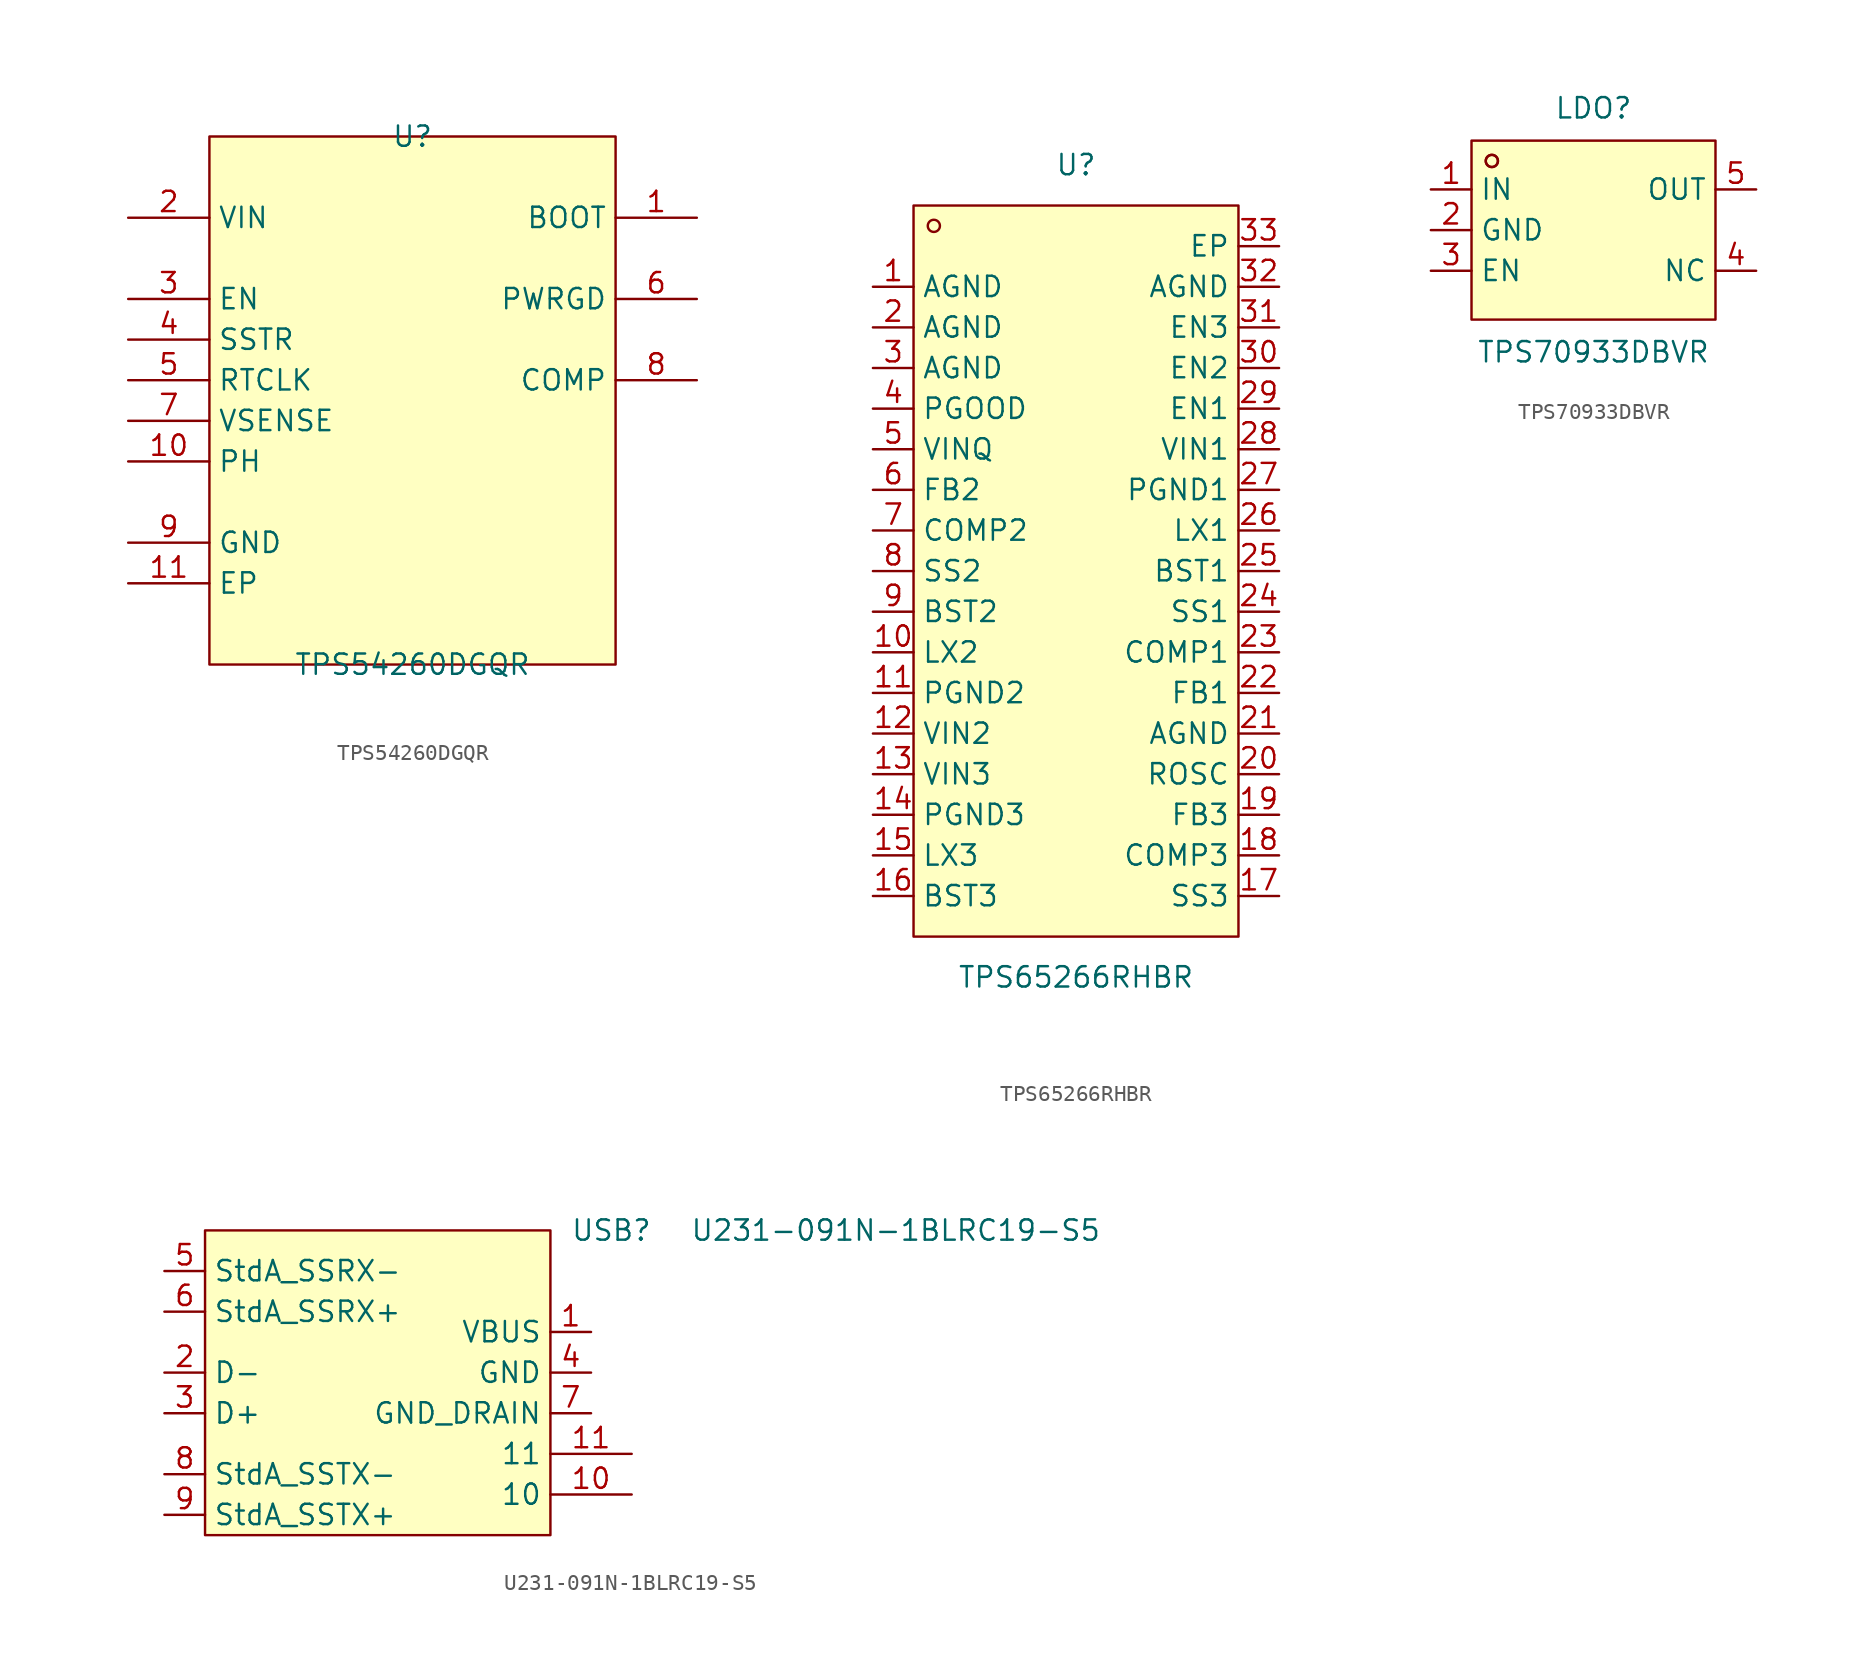
<source format=kicad_sym>
(kicad_symbol_lib
  (version 20220914)
  (generator kicad_symbol_editor)
  (symbol "TPS54260DGQR"
    (property "Reference" "U"
      (at 0 16.51 0)
      (effects (font (size 1.27 1.27))))
    (property "Value" "TPS54260DGQR"
      (at 0 -16.51 0)
      (effects (font (size 1.27 1.27))))
    (symbol "TPS54260DGQR_0_1"
      (rectangle (start -12.7 16.51) (end 12.7 -16.51) (stroke (width 0) (type default)) (fill (type background)))
      (pin output line (at 17.78 11.43 180) (length 5.08) (name "BOOT" (effects (font (size 1.27 1.27)))) (number "1" (effects (font (size 1.27 1.27)))))
      (pin input line (at -17.78 -3.81 0) (length 5.08) (name "PH" (effects (font (size 1.27 1.27)))) (number "10" (effects (font (size 1.27 1.27)))))
      (pin unspecified line (at -17.78 -11.43 0) (length 5.08) (name "EP" (effects (font (size 1.27 1.27)))) (number "11" (effects (font (size 1.27 1.27)))))
      (pin power_in line (at -17.78 11.43 0) (length 5.08) (name "VIN" (effects (font (size 1.27 1.27)))) (number "2" (effects (font (size 1.27 1.27)))))
      (pin input line (at -17.78 6.35 0) (length 5.08) (name "EN" (effects (font (size 1.27 1.27)))) (number "3" (effects (font (size 1.27 1.27)))))
      (pin input line (at -17.78 3.81 0) (length 5.08) (name "SSTR" (effects (font (size 1.27 1.27)))) (number "4" (effects (font (size 1.27 1.27)))))
      (pin input line (at -17.78 1.27 0) (length 5.08) (name "RTCLK" (effects (font (size 1.27 1.27)))) (number "5" (effects (font (size 1.27 1.27)))))
      (pin output line (at 17.78 6.35 180) (length 5.08) (name "PWRGD" (effects (font (size 1.27 1.27)))) (number "6" (effects (font (size 1.27 1.27)))))
      (pin input line (at -17.78 -1.27 0) (length 5.08) (name "VSENSE" (effects (font (size 1.27 1.27)))) (number "7" (effects (font (size 1.27 1.27)))))
      (pin output line (at 17.78 1.27 180) (length 5.08) (name "COMP" (effects (font (size 1.27 1.27)))) (number "8" (effects (font (size 1.27 1.27)))))
      (pin unspecified line (at -17.78 -8.89 0) (length 5.08) (name "GND" (effects (font (size 1.27 1.27)))) (number "9" (effects (font (size 1.27 1.27)))))))
  (symbol "TPS65266RHBR"
    (property "Reference" "U"
      (at 0 25.4 0)
      (effects (font (size 1.27 1.27))))
    (property "Value" "TPS65266RHBR"
      (at 0 -25.4 0)
      (effects (font (size 1.27 1.27))))
    (symbol "TPS65266RHBR_0_1"
      (rectangle (start -10.16 22.86) (end 10.16 -22.86) (stroke (width 0) (type default)) (fill (type background)))
      (circle (center -8.89 21.59) (radius 0.38) (stroke (width 0) (type default)) (fill (type none)))
      (pin unspecified line (at -12.7 17.78 0) (length 2.54) (name "AGND" (effects (font (size 1.27 1.27)))) (number "1" (effects (font (size 1.27 1.27)))))
      (pin unspecified line (at -12.7 -5.08 0) (length 2.54) (name "LX2" (effects (font (size 1.27 1.27)))) (number "10" (effects (font (size 1.27 1.27)))))
      (pin unspecified line (at -12.7 -7.62 0) (length 2.54) (name "PGND2" (effects (font (size 1.27 1.27)))) (number "11" (effects (font (size 1.27 1.27)))))
      (pin unspecified line (at -12.7 -10.16 0) (length 2.54) (name "VIN2" (effects (font (size 1.27 1.27)))) (number "12" (effects (font (size 1.27 1.27)))))
      (pin unspecified line (at -12.7 -12.7 0) (length 2.54) (name "VIN3" (effects (font (size 1.27 1.27)))) (number "13" (effects (font (size 1.27 1.27)))))
      (pin unspecified line (at -12.7 -15.24 0) (length 2.54) (name "PGND3" (effects (font (size 1.27 1.27)))) (number "14" (effects (font (size 1.27 1.27)))))
      (pin unspecified line (at -12.7 -17.78 0) (length 2.54) (name "LX3" (effects (font (size 1.27 1.27)))) (number "15" (effects (font (size 1.27 1.27)))))
      (pin unspecified line (at -12.7 -20.32 0) (length 2.54) (name "BST3" (effects (font (size 1.27 1.27)))) (number "16" (effects (font (size 1.27 1.27)))))
      (pin unspecified line (at 12.7 -20.32 180) (length 2.54) (name "SS3" (effects (font (size 1.27 1.27)))) (number "17" (effects (font (size 1.27 1.27)))))
      (pin unspecified line (at 12.7 -17.78 180) (length 2.54) (name "COMP3" (effects (font (size 1.27 1.27)))) (number "18" (effects (font (size 1.27 1.27)))))
      (pin unspecified line (at 12.7 -15.24 180) (length 2.54) (name "FB3" (effects (font (size 1.27 1.27)))) (number "19" (effects (font (size 1.27 1.27)))))
      (pin unspecified line (at -12.7 15.24 0) (length 2.54) (name "AGND" (effects (font (size 1.27 1.27)))) (number "2" (effects (font (size 1.27 1.27)))))
      (pin unspecified line (at 12.7 -12.7 180) (length 2.54) (name "ROSC" (effects (font (size 1.27 1.27)))) (number "20" (effects (font (size 1.27 1.27)))))
      (pin unspecified line (at 12.7 -10.16 180) (length 2.54) (name "AGND" (effects (font (size 1.27 1.27)))) (number "21" (effects (font (size 1.27 1.27)))))
      (pin unspecified line (at 12.7 -7.62 180) (length 2.54) (name "FB1" (effects (font (size 1.27 1.27)))) (number "22" (effects (font (size 1.27 1.27)))))
      (pin unspecified line (at 12.7 -5.08 180) (length 2.54) (name "COMP1" (effects (font (size 1.27 1.27)))) (number "23" (effects (font (size 1.27 1.27)))))
      (pin unspecified line (at 12.7 -2.54 180) (length 2.54) (name "SS1" (effects (font (size 1.27 1.27)))) (number "24" (effects (font (size 1.27 1.27)))))
      (pin unspecified line (at 12.7 0 180) (length 2.54) (name "BST1" (effects (font (size 1.27 1.27)))) (number "25" (effects (font (size 1.27 1.27)))))
      (pin unspecified line (at 12.7 2.54 180) (length 2.54) (name "LX1" (effects (font (size 1.27 1.27)))) (number "26" (effects (font (size 1.27 1.27)))))
      (pin unspecified line (at 12.7 5.08 180) (length 2.54) (name "PGND1" (effects (font (size 1.27 1.27)))) (number "27" (effects (font (size 1.27 1.27)))))
      (pin unspecified line (at 12.7 7.62 180) (length 2.54) (name "VIN1" (effects (font (size 1.27 1.27)))) (number "28" (effects (font (size 1.27 1.27)))))
      (pin unspecified line (at 12.7 10.16 180) (length 2.54) (name "EN1" (effects (font (size 1.27 1.27)))) (number "29" (effects (font (size 1.27 1.27)))))
      (pin unspecified line (at -12.7 12.7 0) (length 2.54) (name "AGND" (effects (font (size 1.27 1.27)))) (number "3" (effects (font (size 1.27 1.27)))))
      (pin unspecified line (at 12.7 12.7 180) (length 2.54) (name "EN2" (effects (font (size 1.27 1.27)))) (number "30" (effects (font (size 1.27 1.27)))))
      (pin unspecified line (at 12.7 15.24 180) (length 2.54) (name "EN3" (effects (font (size 1.27 1.27)))) (number "31" (effects (font (size 1.27 1.27)))))
      (pin unspecified line (at 12.7 17.78 180) (length 2.54) (name "AGND" (effects (font (size 1.27 1.27)))) (number "32" (effects (font (size 1.27 1.27)))))
      (pin unspecified line (at 12.7 20.32 180) (length 2.54) (name "EP" (effects (font (size 1.27 1.27)))) (number "33" (effects (font (size 1.27 1.27)))))
      (pin unspecified line (at -12.7 10.16 0) (length 2.54) (name "PGOOD" (effects (font (size 1.27 1.27)))) (number "4" (effects (font (size 1.27 1.27)))))
      (pin unspecified line (at -12.7 7.62 0) (length 2.54) (name "VINQ" (effects (font (size 1.27 1.27)))) (number "5" (effects (font (size 1.27 1.27)))))
      (pin unspecified line (at -12.7 5.08 0) (length 2.54) (name "FB2" (effects (font (size 1.27 1.27)))) (number "6" (effects (font (size 1.27 1.27)))))
      (pin unspecified line (at -12.7 2.54 0) (length 2.54) (name "COMP2" (effects (font (size 1.27 1.27)))) (number "7" (effects (font (size 1.27 1.27)))))
      (pin unspecified line (at -12.7 0 0) (length 2.54) (name "SS2" (effects (font (size 1.27 1.27)))) (number "8" (effects (font (size 1.27 1.27)))))
      (pin unspecified line (at -12.7 -2.54 0) (length 2.54) (name "BST2" (effects (font (size 1.27 1.27)))) (number "9" (effects (font (size 1.27 1.27)))))))
  (symbol "TPS70933DBVR"
    (property "Reference" "LDO"
      (at 0 7.62 0)
      (effects (font (size 1.27 1.27))))
    (property "Value" "TPS70933DBVR"
      (at 0 -7.62 0)
      (effects (font (size 1.27 1.27))))
    (symbol "TPS70933DBVR_0_1"
      (rectangle (start -7.62 5.59) (end 7.62 -5.59) (stroke (width 0) (type default)) (fill (type background)))
      (circle (center -6.35 4.32) (radius 0.38) (stroke (width 0) (type default)) (fill (type none)))
      (circle (center -6.35 4.32) (radius 0.38) (stroke (width 0) (type default)) (fill (type none)))
      (pin unspecified line (at -10.16 2.54 0) (length 2.54) (name "IN" (effects (font (size 1.27 1.27)))) (number "1" (effects (font (size 1.27 1.27)))))
      (pin unspecified line (at -10.16 0 0) (length 2.54) (name "GND" (effects (font (size 1.27 1.27)))) (number "2" (effects (font (size 1.27 1.27)))))
      (pin unspecified line (at -10.16 -2.54 0) (length 2.54) (name "EN" (effects (font (size 1.27 1.27)))) (number "3" (effects (font (size 1.27 1.27)))))
      (pin unspecified line (at 10.16 -2.54 180) (length 2.54) (name "NC" (effects (font (size 1.27 1.27)))) (number "4" (effects (font (size 1.27 1.27)))))
      (pin unspecified line (at 10.16 2.54 180) (length 2.54) (name "OUT" (effects (font (size 1.27 1.27)))) (number "5" (effects (font (size 1.27 1.27)))))))
  (symbol "U231-091N-1BLRC19-S5"
    (property "Reference" "USB"
      (at 16.51 15.24 0)
      (effects (font (size 1.27 1.27))))
    (property "Value" "U231-091N-1BLRC19-S5"
      (at 34.29 15.24 0)
      (effects (font (size 1.27 1.27))))
    (symbol "U231-091N-1BLRC19-S5_0_1"
      (rectangle (start -8.89 15.24) (end 12.7 -3.81) (stroke (width 0) (type default)) (fill (type background)))
      (pin unspecified line (at 15.24 8.89 180) (length 2.54) (name "VBUS" (effects (font (size 1.27 1.27)))) (number "1" (effects (font (size 1.27 1.27)))))
      (pin unspecified line (at 17.78 -1.27 180) (length 5.08) (name "10" (effects (font (size 1.27 1.27)))) (number "10" (effects (font (size 1.27 1.27)))))
      (pin unspecified line (at 17.78 1.27 180) (length 5.08) (name "11" (effects (font (size 1.27 1.27)))) (number "11" (effects (font (size 1.27 1.27)))))
      (pin unspecified line (at -11.43 6.35 0) (length 2.54) (name "D-" (effects (font (size 1.27 1.27)))) (number "2" (effects (font (size 1.27 1.27)))))
      (pin unspecified line (at -11.43 3.81 0) (length 2.54) (name "D+" (effects (font (size 1.27 1.27)))) (number "3" (effects (font (size 1.27 1.27)))))
      (pin unspecified line (at 15.24 6.35 180) (length 2.54) (name "GND" (effects (font (size 1.27 1.27)))) (number "4" (effects (font (size 1.27 1.27)))))
      (pin unspecified line (at -11.43 12.7 0) (length 2.54) (name "StdA_SSRX-" (effects (font (size 1.27 1.27)))) (number "5" (effects (font (size 1.27 1.27)))))
      (pin unspecified line (at -11.43 10.16 0) (length 2.54) (name "StdA_SSRX+" (effects (font (size 1.27 1.27)))) (number "6" (effects (font (size 1.27 1.27)))))
      (pin unspecified line (at 15.24 3.81 180) (length 2.54) (name "GND_DRAIN" (effects (font (size 1.27 1.27)))) (number "7" (effects (font (size 1.27 1.27)))))
      (pin unspecified line (at -11.43 0 0) (length 2.54) (name "StdA_SSTX-" (effects (font (size 1.27 1.27)))) (number "8" (effects (font (size 1.27 1.27)))))
      (pin unspecified line (at -11.43 -2.54 0) (length 2.54) (name "StdA_SSTX+" (effects (font (size 1.27 1.27)))) (number "9" (effects (font (size 1.27 1.27))))))))
</source>
